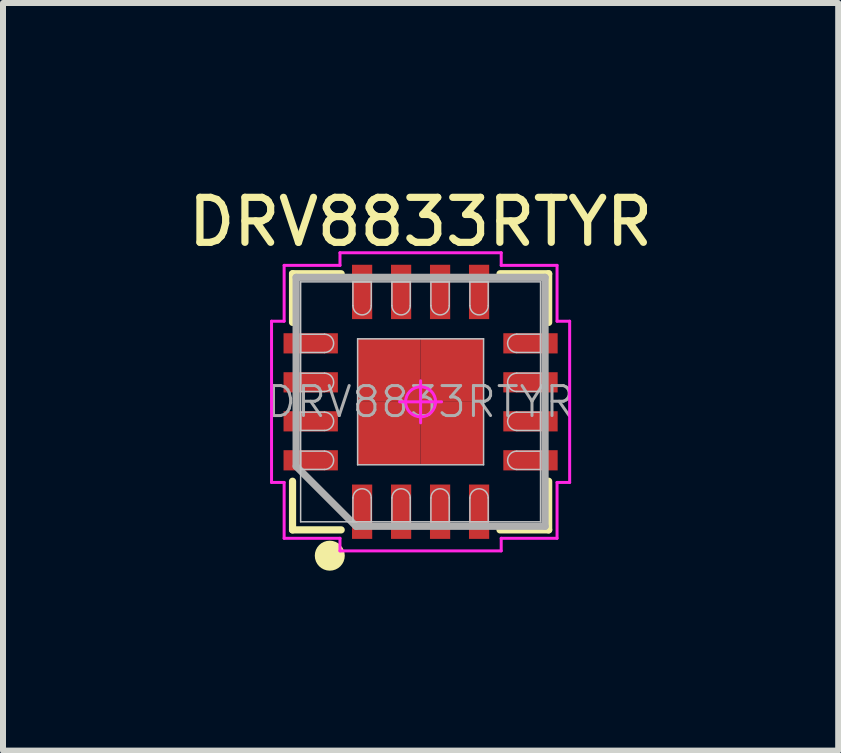
<source format=kicad_pcb>
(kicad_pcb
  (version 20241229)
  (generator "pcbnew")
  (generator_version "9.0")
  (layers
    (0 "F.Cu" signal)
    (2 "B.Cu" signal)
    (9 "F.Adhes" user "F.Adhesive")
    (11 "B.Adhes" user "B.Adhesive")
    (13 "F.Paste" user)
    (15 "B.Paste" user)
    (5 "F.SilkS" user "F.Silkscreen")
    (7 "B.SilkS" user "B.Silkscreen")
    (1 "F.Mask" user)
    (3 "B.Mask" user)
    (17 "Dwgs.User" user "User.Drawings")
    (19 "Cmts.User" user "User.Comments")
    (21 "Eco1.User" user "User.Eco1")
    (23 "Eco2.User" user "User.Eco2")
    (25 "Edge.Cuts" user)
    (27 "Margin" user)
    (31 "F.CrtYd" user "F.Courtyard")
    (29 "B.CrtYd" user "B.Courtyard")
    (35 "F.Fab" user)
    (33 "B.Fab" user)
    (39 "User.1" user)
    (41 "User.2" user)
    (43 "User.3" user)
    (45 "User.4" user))
  (footprint "DRV8833RTYR"
    (layer "F.Cu")
    (at 3.962 3.649)
    (property "Reference" "DRV8833RTYR" (at 0 -3 0) (layer "F.SilkS") (effects (font (size 0.75 0.75) (thickness 0.12))))
    (attr smd)
    (fp_line (start -2.135 -2.135) (end -2.135 -1.324) (stroke (width 0.12) (type solid)) (layer "F.SilkS"))
    (fp_line (start -2.135 2.135) (end -2.135 1.324) (stroke (width 0.12) (type solid)) (layer "F.SilkS"))
    (fp_line (start -1.324 -2.135) (end -2.135 -2.135) (stroke (width 0.12) (type solid)) (layer "F.SilkS"))
    (fp_line (start -1.324 2.135) (end -2.135 2.135) (stroke (width 0.12) (type solid)) (layer "F.SilkS"))
    (fp_line (start 1.324 -2.135) (end 2.135 -2.135) (stroke (width 0.12) (type solid)) (layer "F.SilkS"))
    (fp_line (start 1.324 2.135) (end 2.135 2.135) (stroke (width 0.12) (type solid)) (layer "F.SilkS"))
    (fp_line (start 2.135 -2.135) (end 2.135 -1.324) (stroke (width 0.12) (type solid)) (layer "F.SilkS"))
    (fp_line (start 2.135 2.135) (end 2.135 1.324) (stroke (width 0.12) (type solid)) (layer "F.SilkS"))
    (fp_circle (center -1.514 2.565) (end -1.514 2.69) (stroke (width 0.25) (type solid)) (fill no) (layer "F.SilkS"))
    (fp_line (start -2 -2) (end 2 -2) (stroke (width 0.025) (type solid)) (layer "Dwgs.User"))
    (fp_line (start -2 -1.127) (end -2 -0.822) (stroke (width 0.025) (type solid)) (layer "Dwgs.User"))
    (fp_line (start -2 -0.822) (end -1.602 -0.822) (stroke (width 0.025) (type solid)) (layer "Dwgs.User"))
    (fp_line (start -2 -0.477) (end -2 -0.172) (stroke (width 0.025) (type solid)) (layer "Dwgs.User"))
    (fp_line (start -2 -0.172) (end -1.602 -0.172) (stroke (width 0.025) (type solid)) (layer "Dwgs.User"))
    (fp_line (start -2 0.172) (end -2 0.477) (stroke (width 0.025) (type solid)) (layer "Dwgs.User"))
    (fp_line (start -2 0.477) (end -1.602 0.477) (stroke (width 0.025) (type solid)) (layer "Dwgs.User"))
    (fp_line (start -2 0.822) (end -2 1.127) (stroke (width 0.025) (type solid)) (layer "Dwgs.User"))
    (fp_line (start -2 1.127) (end -1.602 1.127) (stroke (width 0.025) (type solid)) (layer "Dwgs.User"))
    (fp_line (start -2 2) (end -2 -2) (stroke (width 0.025) (type solid)) (layer "Dwgs.User"))
    (fp_line (start -1.602 -1.127) (end -2 -1.127) (stroke (width 0.025) (type solid)) (layer "Dwgs.User"))
    (fp_line (start -1.602 -0.477) (end -2 -0.477) (stroke (width 0.025) (type solid)) (layer "Dwgs.User"))
    (fp_line (start -1.602 0.172) (end -2 0.172) (stroke (width 0.025) (type solid)) (layer "Dwgs.User"))
    (fp_line (start -1.602 0.822) (end -2 0.822) (stroke (width 0.025) (type solid)) (layer "Dwgs.User"))
    (fp_line (start -1.128 -2) (end -1.128 -1.602) (stroke (width 0.025) (type solid)) (layer "Dwgs.User"))
    (fp_line (start -1.128 1.602) (end -1.128 2) (stroke (width 0.025) (type solid)) (layer "Dwgs.User"))
    (fp_line (start -1.128 2) (end -0.823 2) (stroke (width 0.025) (type solid)) (layer "Dwgs.User"))
    (fp_line (start -1.05 -1.05) (end 1.05 -1.05) (stroke (width 0.025) (type solid)) (layer "Dwgs.User"))
    (fp_line (start -1.05 1.05) (end -1.05 -1.05) (stroke (width 0.025) (type solid)) (layer "Dwgs.User"))
    (fp_line (start -0.823 -2) (end -1.128 -2) (stroke (width 0.025) (type solid)) (layer "Dwgs.User"))
    (fp_line (start -0.823 -1.602) (end -0.823 -2) (stroke (width 0.025) (type solid)) (layer "Dwgs.User"))
    (fp_line (start -0.823 2) (end -0.823 1.602) (stroke (width 0.025) (type solid)) (layer "Dwgs.User"))
    (fp_line (start -0.478 -2) (end -0.478 -1.602) (stroke (width 0.025) (type solid)) (layer "Dwgs.User"))
    (fp_line (start -0.478 1.602) (end -0.478 2) (stroke (width 0.025) (type solid)) (layer "Dwgs.User"))
    (fp_line (start -0.478 2) (end -0.173 2) (stroke (width 0.025) (type solid)) (layer "Dwgs.User"))
    (fp_line (start -0.173 -2) (end -0.478 -2) (stroke (width 0.025) (type solid)) (layer "Dwgs.User"))
    (fp_line (start -0.173 -1.602) (end -0.173 -2) (stroke (width 0.025) (type solid)) (layer "Dwgs.User"))
    (fp_line (start -0.173 2) (end -0.173 1.602) (stroke (width 0.025) (type solid)) (layer "Dwgs.User"))
    (fp_line (start 0.172 -2) (end 0.172 -1.602) (stroke (width 0.025) (type solid)) (layer "Dwgs.User"))
    (fp_line (start 0.172 1.603) (end 0.172 2) (stroke (width 0.025) (type solid)) (layer "Dwgs.User"))
    (fp_line (start 0.172 2) (end 0.477 2) (stroke (width 0.025) (type solid)) (layer "Dwgs.User"))
    (fp_line (start 0.477 -2) (end 0.172 -2) (stroke (width 0.025) (type solid)) (layer "Dwgs.User"))
    (fp_line (start 0.477 -1.603) (end 0.477 -2) (stroke (width 0.025) (type solid)) (layer "Dwgs.User"))
    (fp_line (start 0.477 2) (end 0.477 1.602) (stroke (width 0.025) (type solid)) (layer "Dwgs.User"))
    (fp_line (start 0.822 -2) (end 0.822 -1.602) (stroke (width 0.025) (type solid)) (layer "Dwgs.User"))
    (fp_line (start 0.822 1.603) (end 0.822 2) (stroke (width 0.025) (type solid)) (layer "Dwgs.User"))
    (fp_line (start 0.822 2) (end 1.127 2) (stroke (width 0.025) (type solid)) (layer "Dwgs.User"))
    (fp_line (start 1.05 -1.05) (end 1.05 1.05) (stroke (width 0.025) (type solid)) (layer "Dwgs.User"))
    (fp_line (start 1.05 1.05) (end -1.05 1.05) (stroke (width 0.025) (type solid)) (layer "Dwgs.User"))
    (fp_line (start 1.127 -2) (end 0.822 -2) (stroke (width 0.025) (type solid)) (layer "Dwgs.User"))
    (fp_line (start 1.127 -1.603) (end 1.127 -2) (stroke (width 0.025) (type solid)) (layer "Dwgs.User"))
    (fp_line (start 1.127 2) (end 1.127 1.602) (stroke (width 0.025) (type solid)) (layer "Dwgs.User"))
    (fp_line (start 1.603 -0.823) (end 2 -0.823) (stroke (width 0.025) (type solid)) (layer "Dwgs.User"))
    (fp_line (start 1.603 -0.173) (end 2 -0.173) (stroke (width 0.025) (type solid)) (layer "Dwgs.User"))
    (fp_line (start 1.603 0.478) (end 2 0.478) (stroke (width 0.025) (type solid)) (layer "Dwgs.User"))
    (fp_line (start 1.603 1.128) (end 2 1.128) (stroke (width 0.025) (type solid)) (layer "Dwgs.User"))
    (fp_line (start 2 -2) (end 2 2) (stroke (width 0.025) (type solid)) (layer "Dwgs.User"))
    (fp_line (start 2 -1.128) (end 1.603 -1.128) (stroke (width 0.025) (type solid)) (layer "Dwgs.User"))
    (fp_line (start 2 -0.823) (end 2 -1.128) (stroke (width 0.025) (type solid)) (layer "Dwgs.User"))
    (fp_line (start 2 -0.478) (end 1.603 -0.478) (stroke (width 0.025) (type solid)) (layer "Dwgs.User"))
    (fp_line (start 2 -0.173) (end 2 -0.478) (stroke (width 0.025) (type solid)) (layer "Dwgs.User"))
    (fp_line (start 2 0.173) (end 1.603 0.173) (stroke (width 0.025) (type solid)) (layer "Dwgs.User"))
    (fp_line (start 2 0.478) (end 2 0.173) (stroke (width 0.025) (type solid)) (layer "Dwgs.User"))
    (fp_line (start 2 0.823) (end 1.603 0.823) (stroke (width 0.025) (type solid)) (layer "Dwgs.User"))
    (fp_line (start 2 1.128) (end 2 0.823) (stroke (width 0.025) (type solid)) (layer "Dwgs.User"))
    (fp_line (start 2 2) (end -2 2) (stroke (width 0.025) (type solid)) (layer "Dwgs.User"))
    (fp_arc (start -1.602 -1.1275) (mid -1.4495 -0.975) (end -1.602 -0.8225) (stroke (width 0.025) (type solid)) (layer "Dwgs.User"))
    (fp_arc (start -1.602 -0.4775) (mid -1.4495 -0.325) (end -1.602 -0.1725) (stroke (width 0.025) (type solid)) (layer "Dwgs.User"))
    (fp_arc (start -1.602 0.1725) (mid -1.4495 0.325) (end -1.602 0.4775) (stroke (width 0.025) (type solid)) (layer "Dwgs.User"))
    (fp_arc (start -1.602 0.8225) (mid -1.4495 0.975) (end -1.602 1.1275) (stroke (width 0.025) (type solid)) (layer "Dwgs.User"))
    (fp_arc (start -1.1275 1.602) (mid -0.975 1.4495) (end -0.8225 1.602) (stroke (width 0.025) (type solid)) (layer "Dwgs.User"))
    (fp_arc (start -0.8225 -1.602) (mid -0.975 -1.4495) (end -1.1275 -1.602) (stroke (width 0.025) (type solid)) (layer "Dwgs.User"))
    (fp_arc (start -0.4775 1.602) (mid -0.325 1.4495) (end -0.1725 1.602) (stroke (width 0.025) (type solid)) (layer "Dwgs.User"))
    (fp_arc (start -0.1725 -1.602) (mid -0.325 -1.4495) (end -0.4775 -1.602) (stroke (width 0.025) (type solid)) (layer "Dwgs.User"))
    (fp_arc (start 0.1725 1.602) (mid 0.325 1.4495) (end 0.4775 1.602) (stroke (width 0.025) (type solid)) (layer "Dwgs.User"))
    (fp_arc (start 0.4775 -1.602) (mid 0.325 -1.4495) (end 0.1725 -1.602) (stroke (width 0.025) (type solid)) (layer "Dwgs.User"))
    (fp_arc (start 0.8225 1.602) (mid 0.975 1.4495) (end 1.1275 1.602) (stroke (width 0.025) (type solid)) (layer "Dwgs.User"))
    (fp_arc (start 1.1275 -1.602) (mid 0.975 -1.4495) (end 0.8225 -1.602) (stroke (width 0.025) (type solid)) (layer "Dwgs.User"))
    (fp_arc (start 1.603 -0.8225) (mid 1.4505 -0.975) (end 1.603 -1.1275) (stroke (width 0.025) (type solid)) (layer "Dwgs.User"))
    (fp_arc (start 1.603 -0.1725) (mid 1.4505 -0.325) (end 1.603 -0.4775) (stroke (width 0.025) (type solid)) (layer "Dwgs.User"))
    (fp_arc (start 1.603 0.4775) (mid 1.4505 0.325) (end 1.603 0.1725) (stroke (width 0.025) (type solid)) (layer "Dwgs.User"))
    (fp_arc (start 1.603 1.1275) (mid 1.4505 0.975) (end 1.603 0.8225) (stroke (width 0.025) (type solid)) (layer "Dwgs.User"))
    (fp_line (start -2.485 -1.344) (end -2.485 1.344) (stroke (width 0.05) (type solid)) (layer "F.CrtYd"))
    (fp_line (start -2.485 1.344) (end -2.275 1.344) (stroke (width 0.05) (type solid)) (layer "F.CrtYd"))
    (fp_line (start -2.275 -2.275) (end -2.275 -1.344) (stroke (width 0.05) (type solid)) (layer "F.CrtYd"))
    (fp_line (start -2.275 -1.344) (end -2.485 -1.344) (stroke (width 0.05) (type solid)) (layer "F.CrtYd"))
    (fp_line (start -2.275 1.344) (end -2.275 2.275) (stroke (width 0.05) (type solid)) (layer "F.CrtYd"))
    (fp_line (start -2.275 2.275) (end -1.344 2.275) (stroke (width 0.05) (type solid)) (layer "F.CrtYd"))
    (fp_line (start -1.344 -2.485) (end -1.344 -2.275) (stroke (width 0.05) (type solid)) (layer "F.CrtYd"))
    (fp_line (start -1.344 -2.275) (end -2.275 -2.275) (stroke (width 0.05) (type solid)) (layer "F.CrtYd"))
    (fp_line (start -1.344 2.275) (end -1.344 2.485) (stroke (width 0.05) (type solid)) (layer "F.CrtYd"))
    (fp_line (start -1.344 2.485) (end 1.344 2.485) (stroke (width 0.05) (type solid)) (layer "F.CrtYd"))
    (fp_line (start -0.35 0) (end 0.35 0) (stroke (width 0.05) (type solid)) (layer "F.CrtYd"))
    (fp_line (start 0 -0.35) (end 0 0.35) (stroke (width 0.05) (type solid)) (layer "F.CrtYd"))
    (fp_line (start 1.344 -2.485) (end -1.344 -2.485) (stroke (width 0.05) (type solid)) (layer "F.CrtYd"))
    (fp_line (start 1.344 -2.275) (end 1.344 -2.485) (stroke (width 0.05) (type solid)) (layer "F.CrtYd"))
    (fp_line (start 1.344 2.275) (end 2.275 2.275) (stroke (width 0.05) (type solid)) (layer "F.CrtYd"))
    (fp_line (start 1.344 2.485) (end 1.344 2.275) (stroke (width 0.05) (type solid)) (layer "F.CrtYd"))
    (fp_line (start 2.275 -2.275) (end 1.344 -2.275) (stroke (width 0.05) (type solid)) (layer "F.CrtYd"))
    (fp_line (start 2.275 -1.344) (end 2.275 -2.275) (stroke (width 0.05) (type solid)) (layer "F.CrtYd"))
    (fp_line (start 2.275 1.344) (end 2.485 1.344) (stroke (width 0.05) (type solid)) (layer "F.CrtYd"))
    (fp_line (start 2.275 2.275) (end 2.275 1.344) (stroke (width 0.05) (type solid)) (layer "F.CrtYd"))
    (fp_line (start 2.485 -1.344) (end 2.275 -1.344) (stroke (width 0.05) (type solid)) (layer "F.CrtYd"))
    (fp_line (start 2.485 1.344) (end 2.485 -1.344) (stroke (width 0.05) (type solid)) (layer "F.CrtYd"))
    (fp_circle (center 0 0) (end 0 0.25) (stroke (width 0.05) (type solid)) (fill no) (layer "F.CrtYd"))
    (fp_line (start -2.075 -2.075) (end 2.075 -2.075) (stroke (width 0.12) (type solid)) (layer "F.Fab"))
    (fp_line (start -2.075 1.075) (end -2.075 -2.075) (stroke (width 0.12) (type solid)) (layer "F.Fab"))
    (fp_line (start -1.075 2.075) (end -2.075 1.075) (stroke (width 0.12) (type solid)) (layer "F.Fab"))
    (fp_line (start 2.075 -2.075) (end 2.075 2.075) (stroke (width 0.12) (type solid)) (layer "F.Fab"))
    (fp_line (start 2.075 2.075) (end -1.075 2.075) (stroke (width 0.12) (type solid)) (layer "F.Fab"))
    (fp_text user "${REFERENCE}" (at 0 0 0) (layer "F.Fab") (effects (font (size 0.5 0.5) (thickness 0.05))))
    (pad "" smd rect (at -0.525 -0.525 90) (size 0.814 0.814) (layers "F.Paste"))
    (pad "" smd rect (at -0.525 0.525 90) (size 0.814 0.814) (layers "F.Paste"))
    (pad "" smd rect (at 0.525 -0.525 90) (size 0.814 0.814) (layers "F.Paste"))
    (pad "" smd rect (at 0.525 0.525 90) (size 0.814 0.814) (layers "F.Paste"))
    (pad "1" smd rect (at -0.975 1.832 90) (size 0.906 0.337) (layers "F.Cu" "F.Mask" "F.Paste"))
    (pad "2" smd rect (at -0.325 1.832 90) (size 0.906 0.337) (layers "F.Cu" "F.Mask" "F.Paste"))
    (pad "3" smd rect (at 0.325 1.832 90) (size 0.906 0.337) (layers "F.Cu" "F.Mask" "F.Paste"))
    (pad "4" smd rect (at 0.975 1.832 90) (size 0.906 0.337) (layers "F.Cu" "F.Mask" "F.Paste"))
    (pad "5" smd rect (at 1.832 0.975) (size 0.906 0.337) (layers "F.Cu" "F.Mask" "F.Paste"))
    (pad "6" smd rect (at 1.832 0.325) (size 0.906 0.337) (layers "F.Cu" "F.Mask" "F.Paste"))
    (pad "7" smd rect (at 1.832 -0.325) (size 0.906 0.337) (layers "F.Cu" "F.Mask" "F.Paste"))
    (pad "8" smd rect (at 1.832 -0.975) (size 0.906 0.337) (layers "F.Cu" "F.Mask" "F.Paste"))
    (pad "9" smd rect (at 0.975 -1.832 90) (size 0.906 0.337) (layers "F.Cu" "F.Mask" "F.Paste"))
    (pad "10" smd rect (at 0.325 -1.832 90) (size 0.906 0.337) (layers "F.Cu" "F.Mask" "F.Paste"))
    (pad "11" smd rect (at -0.325 -1.832 90) (size 0.906 0.337) (layers "F.Cu" "F.Mask" "F.Paste"))
    (pad "12" smd rect (at -0.975 -1.832 90) (size 0.906 0.337) (layers "F.Cu" "F.Mask" "F.Paste"))
    (pad "13" smd rect (at -1.832 -0.975) (size 0.906 0.337) (layers "F.Cu" "F.Mask" "F.Paste"))
    (pad "14" smd rect (at -1.832 -0.325) (size 0.906 0.337) (layers "F.Cu" "F.Mask" "F.Paste"))
    (pad "15" smd rect (at -1.832 0.325) (size 0.906 0.337) (layers "F.Cu" "F.Mask" "F.Paste"))
    (pad "16" smd rect (at -1.832 0.975) (size 0.906 0.337) (layers "F.Cu" "F.Mask" "F.Paste"))
    (pad "17" smd rect (at -0.525 -0.525) (size 1.05 1.05) (layers "F.Cu" "F.Mask" "F.Paste"))
    (pad "17" smd rect (at -0.525 0.525) (size 1.05 1.05) (layers "F.Cu" "F.Mask" "F.Paste"))
    (pad "17" smd rect (at 0.525 -0.525) (size 1.05 1.05) (layers "F.Cu" "F.Mask" "F.Paste"))
    (pad "17" smd rect (at 0.525 0.525) (size 1.05 1.05) (layers "F.Cu" "F.Mask" "F.Paste")))
  (gr_rect
    (start -3 -3)
    (end 10.924 9.464)
    (stroke (width 0.1) (type default))
    (fill no)
    (layer "Edge.Cuts")))
</source>
